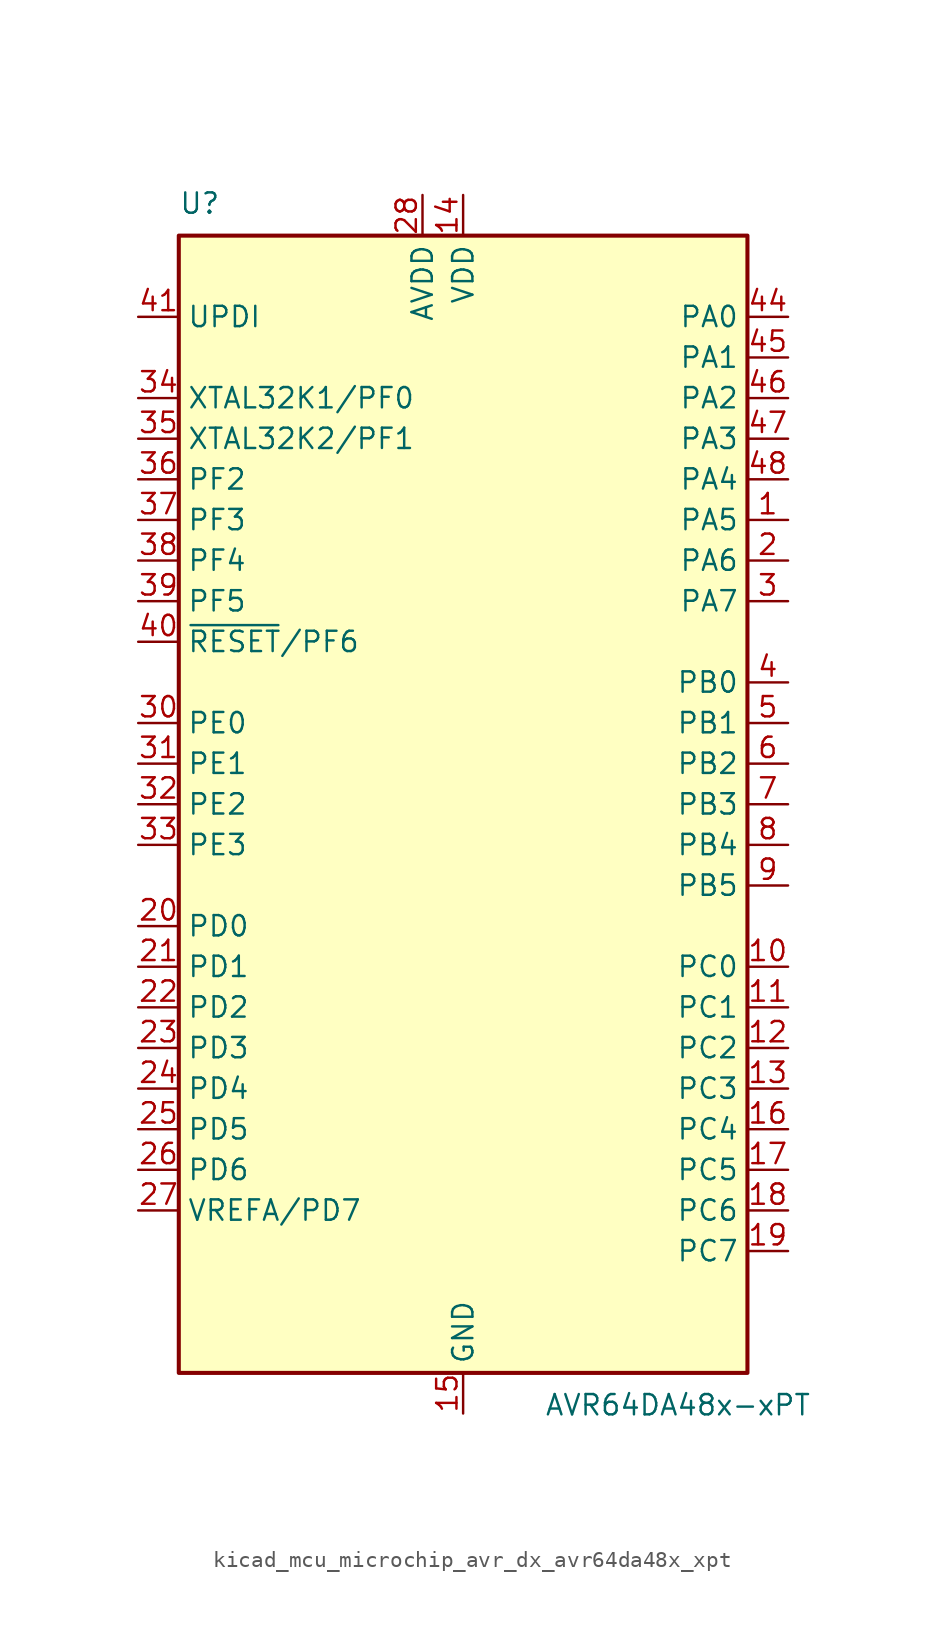
<source format=kicad_sym>
(kicad_symbol_lib
  (version 20220914)
  (generator kicad_symbol_editor)
  (symbol "kicad_mcu_microchip_avr_dx_avr64da48x_xpt"
    (property "Reference" "U"
      (at -17.78 36.83 0)
      (effects (font (size 1.27 1.27)) (justify left bottom)))
    (property "Value" "AVR64DA48x-xPT"
      (at 5.08 -36.83 0)
      (effects (font (size 1.27 1.27)) (justify left top)))
    (symbol "kicad_mcu_microchip_avr_dx_avr64da48x_xpt_0_1"
      (rectangle (start -17.78 35.56) (end 17.78 -35.56) (stroke (width 0.254) (type default)) (fill (type background))))
    (symbol "kicad_mcu_microchip_avr_dx_avr64da48x_xpt_1_1"
      (pin bidirectional line (at 20.32 17.78 180) (length 2.54) (name "PA5" (effects (font (size 1.27 1.27)))) (number "1" (effects (font (size 1.27 1.27)))))
      (pin bidirectional line (at 20.32 -10.16 180) (length 2.54) (name "PC0" (effects (font (size 1.27 1.27)))) (number "10" (effects (font (size 1.27 1.27)))))
      (pin bidirectional line (at 20.32 -12.7 180) (length 2.54) (name "PC1" (effects (font (size 1.27 1.27)))) (number "11" (effects (font (size 1.27 1.27)))))
      (pin bidirectional line (at 20.32 -15.24 180) (length 2.54) (name "PC2" (effects (font (size 1.27 1.27)))) (number "12" (effects (font (size 1.27 1.27)))))
      (pin bidirectional line (at 20.32 -17.78 180) (length 2.54) (name "PC3" (effects (font (size 1.27 1.27)))) (number "13" (effects (font (size 1.27 1.27)))))
      (pin power_in line (at 0 38.1 270) (length 2.54) (name "VDD" (effects (font (size 1.27 1.27)))) (number "14" (effects (font (size 1.27 1.27)))))
      (pin power_in line (at 0 -38.1 90) (length 2.54) (name "GND" (effects (font (size 1.27 1.27)))) (number "15" (effects (font (size 1.27 1.27)))))
      (pin bidirectional line (at 20.32 -20.32 180) (length 2.54) (name "PC4" (effects (font (size 1.27 1.27)))) (number "16" (effects (font (size 1.27 1.27)))))
      (pin bidirectional line (at 20.32 -22.86 180) (length 2.54) (name "PC5" (effects (font (size 1.27 1.27)))) (number "17" (effects (font (size 1.27 1.27)))))
      (pin bidirectional line (at 20.32 -25.4 180) (length 2.54) (name "PC6" (effects (font (size 1.27 1.27)))) (number "18" (effects (font (size 1.27 1.27)))))
      (pin bidirectional line (at 20.32 -27.94 180) (length 2.54) (name "PC7" (effects (font (size 1.27 1.27)))) (number "19" (effects (font (size 1.27 1.27)))))
      (pin bidirectional line (at 20.32 15.24 180) (length 2.54) (name "PA6" (effects (font (size 1.27 1.27)))) (number "2" (effects (font (size 1.27 1.27)))))
      (pin bidirectional line (at -20.32 -7.62 0) (length 2.54) (name "PD0" (effects (font (size 1.27 1.27)))) (number "20" (effects (font (size 1.27 1.27)))))
      (pin bidirectional line (at -20.32 -10.16 0) (length 2.54) (name "PD1" (effects (font (size 1.27 1.27)))) (number "21" (effects (font (size 1.27 1.27)))))
      (pin bidirectional line (at -20.32 -12.7 0) (length 2.54) (name "PD2" (effects (font (size 1.27 1.27)))) (number "22" (effects (font (size 1.27 1.27)))))
      (pin bidirectional line (at -20.32 -15.24 0) (length 2.54) (name "PD3" (effects (font (size 1.27 1.27)))) (number "23" (effects (font (size 1.27 1.27)))))
      (pin bidirectional line (at -20.32 -17.78 0) (length 2.54) (name "PD4" (effects (font (size 1.27 1.27)))) (number "24" (effects (font (size 1.27 1.27)))))
      (pin bidirectional line (at -20.32 -20.32 0) (length 2.54) (name "PD5" (effects (font (size 1.27 1.27)))) (number "25" (effects (font (size 1.27 1.27)))))
      (pin bidirectional line (at -20.32 -22.86 0) (length 2.54) (name "PD6" (effects (font (size 1.27 1.27)))) (number "26" (effects (font (size 1.27 1.27)))))
      (pin bidirectional line (at -20.32 -25.4 0) (length 2.54) (name "VREFA/PD7" (effects (font (size 1.27 1.27)))) (number "27" (effects (font (size 1.27 1.27)))))
      (pin power_in line (at -2.54 38.1 270) (length 2.54) (name "AVDD" (effects (font (size 1.27 1.27)))) (number "28" (effects (font (size 1.27 1.27)))))
      (pin passive line (at 0 -38.1 90) (length 2.54) hide (name "GND" (effects (font (size 1.27 1.27)))) (number "29" (effects (font (size 1.27 1.27)))))
      (pin bidirectional line (at 20.32 12.7 180) (length 2.54) (name "PA7" (effects (font (size 1.27 1.27)))) (number "3" (effects (font (size 1.27 1.27)))))
      (pin bidirectional line (at -20.32 5.08 0) (length 2.54) (name "PE0" (effects (font (size 1.27 1.27)))) (number "30" (effects (font (size 1.27 1.27)))))
      (pin bidirectional line (at -20.32 2.54 0) (length 2.54) (name "PE1" (effects (font (size 1.27 1.27)))) (number "31" (effects (font (size 1.27 1.27)))))
      (pin bidirectional line (at -20.32 0 0) (length 2.54) (name "PE2" (effects (font (size 1.27 1.27)))) (number "32" (effects (font (size 1.27 1.27)))))
      (pin bidirectional line (at -20.32 -2.54 0) (length 2.54) (name "PE3" (effects (font (size 1.27 1.27)))) (number "33" (effects (font (size 1.27 1.27)))))
      (pin bidirectional line (at -20.32 25.4 0) (length 2.54) (name "XTAL32K1/PF0" (effects (font (size 1.27 1.27)))) (number "34" (effects (font (size 1.27 1.27)))))
      (pin bidirectional line (at -20.32 22.86 0) (length 2.54) (name "XTAL32K2/PF1" (effects (font (size 1.27 1.27)))) (number "35" (effects (font (size 1.27 1.27)))))
      (pin bidirectional line (at -20.32 20.32 0) (length 2.54) (name "PF2" (effects (font (size 1.27 1.27)))) (number "36" (effects (font (size 1.27 1.27)))))
      (pin bidirectional line (at -20.32 17.78 0) (length 2.54) (name "PF3" (effects (font (size 1.27 1.27)))) (number "37" (effects (font (size 1.27 1.27)))))
      (pin bidirectional line (at -20.32 15.24 0) (length 2.54) (name "PF4" (effects (font (size 1.27 1.27)))) (number "38" (effects (font (size 1.27 1.27)))))
      (pin bidirectional line (at -20.32 12.7 0) (length 2.54) (name "PF5" (effects (font (size 1.27 1.27)))) (number "39" (effects (font (size 1.27 1.27)))))
      (pin bidirectional line (at 20.32 7.62 180) (length 2.54) (name "PB0" (effects (font (size 1.27 1.27)))) (number "4" (effects (font (size 1.27 1.27)))))
      (pin bidirectional line (at -20.32 10.16 0) (length 2.54) (name "~{RESET}/PF6" (effects (font (size 1.27 1.27)))) (number "40" (effects (font (size 1.27 1.27)))))
      (pin input line (at -20.32 30.48 0) (length 2.54) (name "UPDI" (effects (font (size 1.27 1.27)))) (number "41" (effects (font (size 1.27 1.27)))))
      (pin passive line (at 0 38.1 270) (length 2.54) hide (name "VDD" (effects (font (size 1.27 1.27)))) (number "42" (effects (font (size 1.27 1.27)))))
      (pin passive line (at 0 -38.1 90) (length 2.54) hide (name "GND" (effects (font (size 1.27 1.27)))) (number "43" (effects (font (size 1.27 1.27)))))
      (pin bidirectional line (at 20.32 30.48 180) (length 2.54) (name "PA0" (effects (font (size 1.27 1.27)))) (number "44" (effects (font (size 1.27 1.27)))))
      (pin bidirectional line (at 20.32 27.94 180) (length 2.54) (name "PA1" (effects (font (size 1.27 1.27)))) (number "45" (effects (font (size 1.27 1.27)))))
      (pin bidirectional line (at 20.32 25.4 180) (length 2.54) (name "PA2" (effects (font (size 1.27 1.27)))) (number "46" (effects (font (size 1.27 1.27)))))
      (pin bidirectional line (at 20.32 22.86 180) (length 2.54) (name "PA3" (effects (font (size 1.27 1.27)))) (number "47" (effects (font (size 1.27 1.27)))))
      (pin bidirectional line (at 20.32 20.32 180) (length 2.54) (name "PA4" (effects (font (size 1.27 1.27)))) (number "48" (effects (font (size 1.27 1.27)))))
      (pin bidirectional line (at 20.32 5.08 180) (length 2.54) (name "PB1" (effects (font (size 1.27 1.27)))) (number "5" (effects (font (size 1.27 1.27)))))
      (pin bidirectional line (at 20.32 2.54 180) (length 2.54) (name "PB2" (effects (font (size 1.27 1.27)))) (number "6" (effects (font (size 1.27 1.27)))))
      (pin bidirectional line (at 20.32 0 180) (length 2.54) (name "PB3" (effects (font (size 1.27 1.27)))) (number "7" (effects (font (size 1.27 1.27)))))
      (pin bidirectional line (at 20.32 -2.54 180) (length 2.54) (name "PB4" (effects (font (size 1.27 1.27)))) (number "8" (effects (font (size 1.27 1.27)))))
      (pin bidirectional line (at 20.32 -5.08 180) (length 2.54) (name "PB5" (effects (font (size 1.27 1.27)))) (number "9" (effects (font (size 1.27 1.27))))))))
</source>
